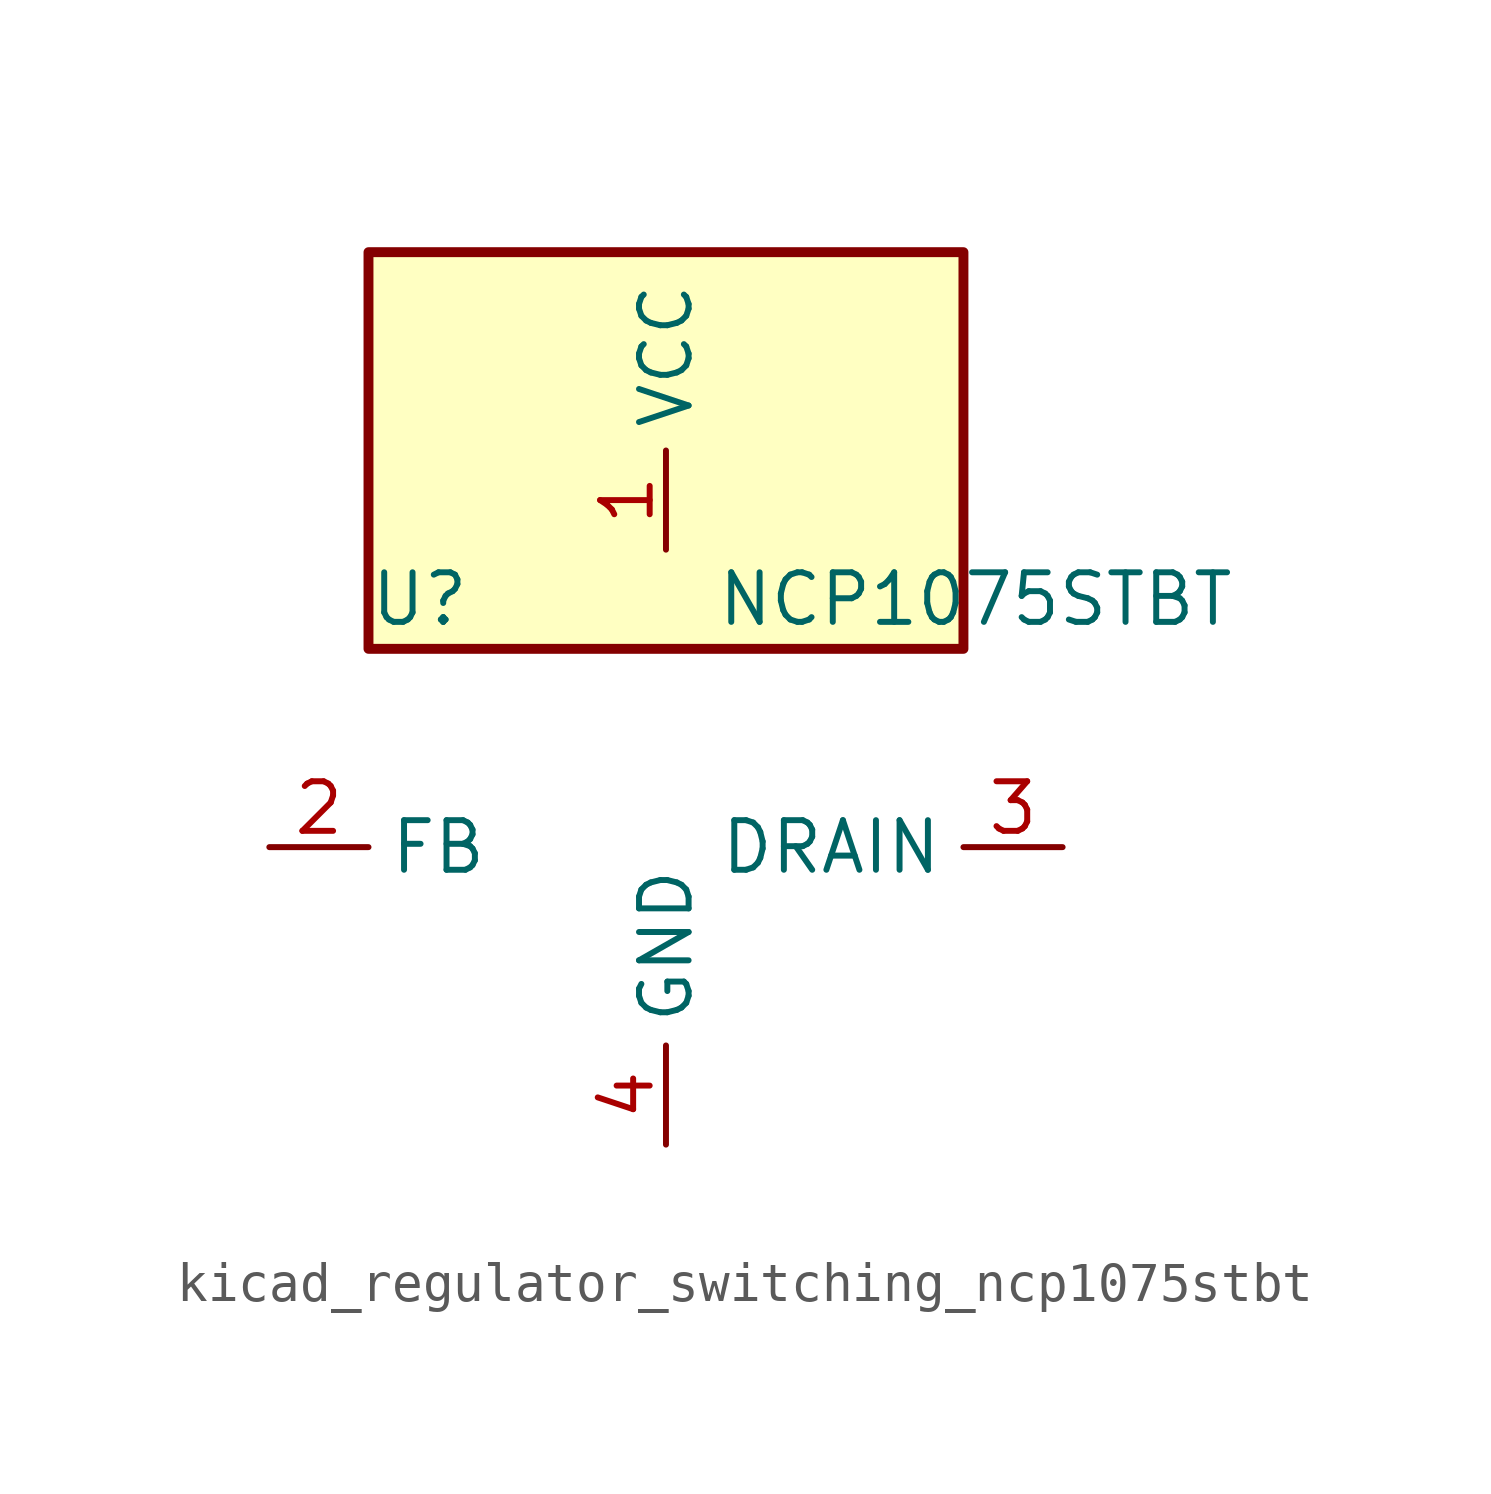
<source format=kicad_sym>
(kicad_symbol_lib
  (version 20220914)
  (generator kicad_symbol_editor)
  (symbol "kicad_regulator_switching_ncp1075stbt"
    (property "Reference" "U"
      (at -7.62 6.35 0)
      (effects (font (size 1.27 1.27)) (justify left)))
    (property "Value" "NCP1075STBT"
      (at 1.27 6.35 0)
      (effects (font (size 1.27 1.27)) (justify left)))
    (symbol "kicad_regulator_switching_ncp1075stbt_0_1"
      (rectangle (start 7.62 15.24) (end -7.62 5.08) (stroke (width 0.254) (type default)) (fill (type background))))
    (symbol "kicad_regulator_switching_ncp1075stbt_1_1"
      (pin power_in line (at 0 7.62 90) (length 2.54) (name "VCC" (effects (font (size 1.27 1.27)))) (number "1" (effects (font (size 1.27 1.27)))))
      (pin input line (at -10.16 0 0) (length 2.54) (name "FB" (effects (font (size 1.27 1.27)))) (number "2" (effects (font (size 1.27 1.27)))))
      (pin open_collector line (at 10.16 0 180) (length 2.54) (name "DRAIN" (effects (font (size 1.27 1.27)))) (number "3" (effects (font (size 1.27 1.27)))))
      (pin power_in line (at 0 -7.62 90) (length 2.54) (name "GND" (effects (font (size 1.27 1.27)))) (number "4" (effects (font (size 1.27 1.27))))))))
</source>
